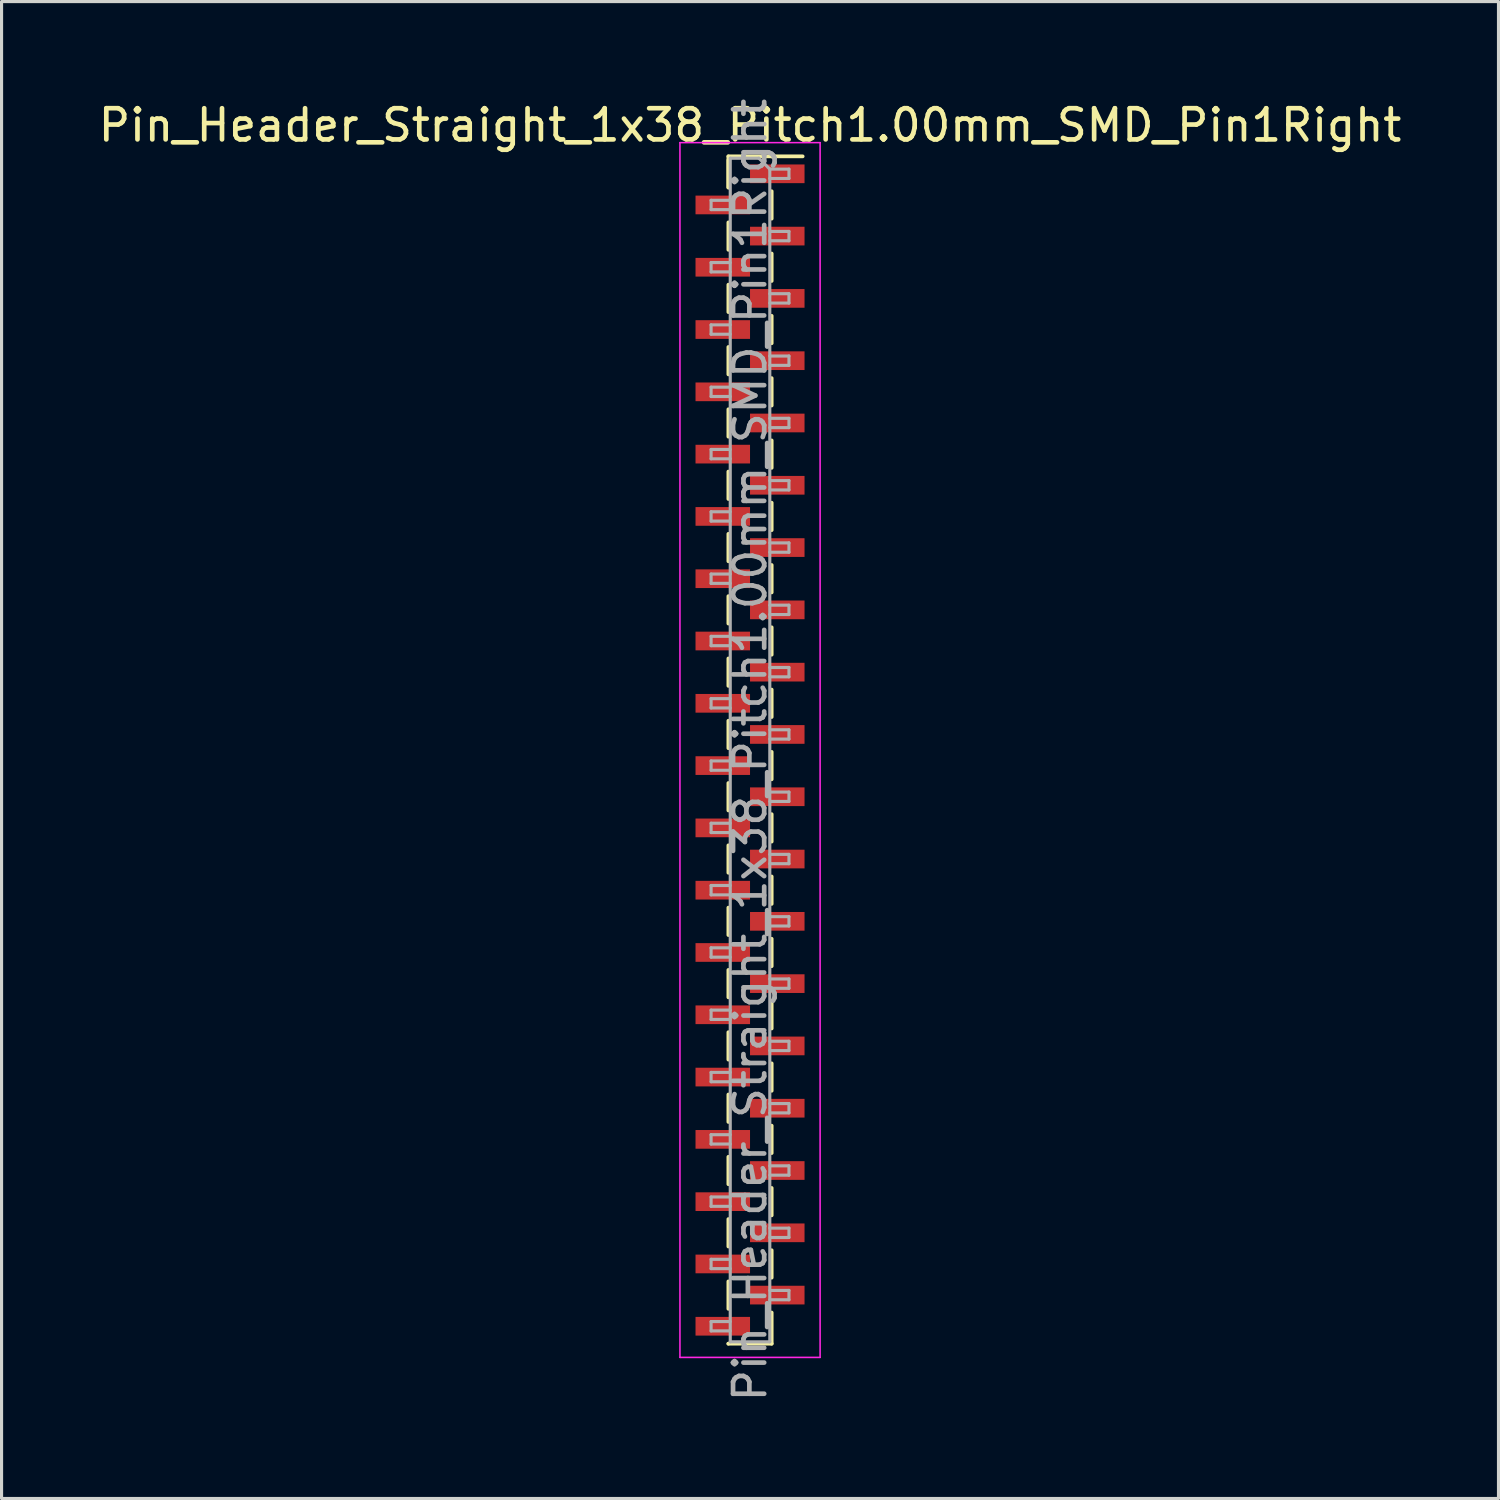
<source format=kicad_pcb>
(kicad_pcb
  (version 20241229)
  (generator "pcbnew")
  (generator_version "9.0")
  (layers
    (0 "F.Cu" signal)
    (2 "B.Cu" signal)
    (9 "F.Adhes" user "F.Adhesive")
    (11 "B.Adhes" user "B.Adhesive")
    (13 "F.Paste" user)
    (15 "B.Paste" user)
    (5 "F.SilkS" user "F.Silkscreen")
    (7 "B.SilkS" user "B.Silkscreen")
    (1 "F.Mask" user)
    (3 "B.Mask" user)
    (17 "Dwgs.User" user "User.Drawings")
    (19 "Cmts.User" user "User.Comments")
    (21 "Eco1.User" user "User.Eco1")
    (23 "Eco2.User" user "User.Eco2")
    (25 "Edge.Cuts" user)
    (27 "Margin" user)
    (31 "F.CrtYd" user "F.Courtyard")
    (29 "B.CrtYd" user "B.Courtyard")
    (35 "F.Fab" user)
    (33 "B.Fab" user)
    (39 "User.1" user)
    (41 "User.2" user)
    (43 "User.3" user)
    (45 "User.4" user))
  (footprint "Pin_Header_Straight_1x38_Pitch1.00mm_SMD_Pin1Right"
    (layer "F.Cu")
    (at 21.03 21.03)
    (property "Reference" "Pin_Header_Straight_1x38_Pitch1.00mm_SMD_Pin1Right" (at 0 -20.06 0) (layer "F.SilkS") (effects (font (size 1 1) (thickness 0.15))))
    (attr smd)
    (fp_line (start -0.695 -19.06) (end -0.695 -18.06) (stroke (width 0.12) (type solid)) (layer "F.SilkS"))
    (fp_line (start -0.695 -19.06) (end 0.695 -19.06) (stroke (width 0.12) (type solid)) (layer "F.SilkS"))
    (fp_line (start -0.695 -18.94) (end -0.695 -18.06) (stroke (width 0.12) (type solid)) (layer "F.SilkS"))
    (fp_line (start -0.695 -16.94) (end -0.695 -16.06) (stroke (width 0.12) (type solid)) (layer "F.SilkS"))
    (fp_line (start -0.695 -14.94) (end -0.695 -14.06) (stroke (width 0.12) (type solid)) (layer "F.SilkS"))
    (fp_line (start -0.695 -12.94) (end -0.695 -12.06) (stroke (width 0.12) (type solid)) (layer "F.SilkS"))
    (fp_line (start -0.695 -10.94) (end -0.695 -10.06) (stroke (width 0.12) (type solid)) (layer "F.SilkS"))
    (fp_line (start -0.695 -8.94) (end -0.695 -8.06) (stroke (width 0.12) (type solid)) (layer "F.SilkS"))
    (fp_line (start -0.695 -6.94) (end -0.695 -6.06) (stroke (width 0.12) (type solid)) (layer "F.SilkS"))
    (fp_line (start -0.695 -4.94) (end -0.695 -4.06) (stroke (width 0.12) (type solid)) (layer "F.SilkS"))
    (fp_line (start -0.695 -2.94) (end -0.695 -2.06) (stroke (width 0.12) (type solid)) (layer "F.SilkS"))
    (fp_line (start -0.695 -0.94) (end -0.695 -0.06) (stroke (width 0.12) (type solid)) (layer "F.SilkS"))
    (fp_line (start -0.695 1.06) (end -0.695 1.94) (stroke (width 0.12) (type solid)) (layer "F.SilkS"))
    (fp_line (start -0.695 3.06) (end -0.695 3.94) (stroke (width 0.12) (type solid)) (layer "F.SilkS"))
    (fp_line (start -0.695 5.06) (end -0.695 5.94) (stroke (width 0.12) (type solid)) (layer "F.SilkS"))
    (fp_line (start -0.695 7.06) (end -0.695 7.94) (stroke (width 0.12) (type solid)) (layer "F.SilkS"))
    (fp_line (start -0.695 9.06) (end -0.695 9.94) (stroke (width 0.12) (type solid)) (layer "F.SilkS"))
    (fp_line (start -0.695 11.06) (end -0.695 11.94) (stroke (width 0.12) (type solid)) (layer "F.SilkS"))
    (fp_line (start -0.695 13.06) (end -0.695 13.94) (stroke (width 0.12) (type solid)) (layer "F.SilkS"))
    (fp_line (start -0.695 15.06) (end -0.695 15.94) (stroke (width 0.12) (type solid)) (layer "F.SilkS"))
    (fp_line (start -0.695 17.06) (end -0.695 17.94) (stroke (width 0.12) (type solid)) (layer "F.SilkS"))
    (fp_line (start -0.695 19.06) (end -0.695 19.06) (stroke (width 0.12) (type solid)) (layer "F.SilkS"))
    (fp_line (start -0.695 19.06) (end 0.695 19.06) (stroke (width 0.12) (type solid)) (layer "F.SilkS"))
    (fp_line (start 0.695 -19.06) (end 0.695 -19.06) (stroke (width 0.12) (type solid)) (layer "F.SilkS"))
    (fp_line (start 0.695 -19.06) (end 1.69 -19.06) (stroke (width 0.12) (type solid)) (layer "F.SilkS"))
    (fp_line (start 0.695 -17.94) (end 0.695 -17.06) (stroke (width 0.12) (type solid)) (layer "F.SilkS"))
    (fp_line (start 0.695 -15.94) (end 0.695 -15.06) (stroke (width 0.12) (type solid)) (layer "F.SilkS"))
    (fp_line (start 0.695 -13.94) (end 0.695 -13.06) (stroke (width 0.12) (type solid)) (layer "F.SilkS"))
    (fp_line (start 0.695 -11.94) (end 0.695 -11.06) (stroke (width 0.12) (type solid)) (layer "F.SilkS"))
    (fp_line (start 0.695 -9.94) (end 0.695 -9.06) (stroke (width 0.12) (type solid)) (layer "F.SilkS"))
    (fp_line (start 0.695 -7.94) (end 0.695 -7.06) (stroke (width 0.12) (type solid)) (layer "F.SilkS"))
    (fp_line (start 0.695 -5.94) (end 0.695 -5.06) (stroke (width 0.12) (type solid)) (layer "F.SilkS"))
    (fp_line (start 0.695 -3.94) (end 0.695 -3.06) (stroke (width 0.12) (type solid)) (layer "F.SilkS"))
    (fp_line (start 0.695 -1.94) (end 0.695 -1.06) (stroke (width 0.12) (type solid)) (layer "F.SilkS"))
    (fp_line (start 0.695 0.06) (end 0.695 0.94) (stroke (width 0.12) (type solid)) (layer "F.SilkS"))
    (fp_line (start 0.695 2.06) (end 0.695 2.94) (stroke (width 0.12) (type solid)) (layer "F.SilkS"))
    (fp_line (start 0.695 4.06) (end 0.695 4.94) (stroke (width 0.12) (type solid)) (layer "F.SilkS"))
    (fp_line (start 0.695 6.06) (end 0.695 6.94) (stroke (width 0.12) (type solid)) (layer "F.SilkS"))
    (fp_line (start 0.695 8.06) (end 0.695 8.94) (stroke (width 0.12) (type solid)) (layer "F.SilkS"))
    (fp_line (start 0.695 10.06) (end 0.695 10.94) (stroke (width 0.12) (type solid)) (layer "F.SilkS"))
    (fp_line (start 0.695 12.06) (end 0.695 12.94) (stroke (width 0.12) (type solid)) (layer "F.SilkS"))
    (fp_line (start 0.695 14.06) (end 0.695 14.94) (stroke (width 0.12) (type solid)) (layer "F.SilkS"))
    (fp_line (start 0.695 16.06) (end 0.695 16.94) (stroke (width 0.12) (type solid)) (layer "F.SilkS"))
    (fp_line (start 0.695 18.06) (end 0.695 19.06) (stroke (width 0.12) (type solid)) (layer "F.SilkS"))
    (fp_line (start -2.25 -19.5) (end -2.25 19.5) (stroke (width 0.05) (type solid)) (layer "F.CrtYd"))
    (fp_line (start -2.25 19.5) (end 2.25 19.5) (stroke (width 0.05) (type solid)) (layer "F.CrtYd"))
    (fp_line (start 2.25 -19.5) (end -2.25 -19.5) (stroke (width 0.05) (type solid)) (layer "F.CrtYd"))
    (fp_line (start 2.25 19.5) (end 2.25 -19.5) (stroke (width 0.05) (type solid)) (layer "F.CrtYd"))
    (fp_line (start -1.25 -17.65) (end -1.25 -17.35) (stroke (width 0.1) (type solid)) (layer "F.Fab"))
    (fp_line (start -1.25 -17.35) (end -0.635 -17.35) (stroke (width 0.1) (type solid)) (layer "F.Fab"))
    (fp_line (start -1.25 -15.65) (end -1.25 -15.35) (stroke (width 0.1) (type solid)) (layer "F.Fab"))
    (fp_line (start -1.25 -15.35) (end -0.635 -15.35) (stroke (width 0.1) (type solid)) (layer "F.Fab"))
    (fp_line (start -1.25 -13.65) (end -1.25 -13.35) (stroke (width 0.1) (type solid)) (layer "F.Fab"))
    (fp_line (start -1.25 -13.35) (end -0.635 -13.35) (stroke (width 0.1) (type solid)) (layer "F.Fab"))
    (fp_line (start -1.25 -11.65) (end -1.25 -11.35) (stroke (width 0.1) (type solid)) (layer "F.Fab"))
    (fp_line (start -1.25 -11.35) (end -0.635 -11.35) (stroke (width 0.1) (type solid)) (layer "F.Fab"))
    (fp_line (start -1.25 -9.65) (end -1.25 -9.35) (stroke (width 0.1) (type solid)) (layer "F.Fab"))
    (fp_line (start -1.25 -9.35) (end -0.635 -9.35) (stroke (width 0.1) (type solid)) (layer "F.Fab"))
    (fp_line (start -1.25 -7.65) (end -1.25 -7.35) (stroke (width 0.1) (type solid)) (layer "F.Fab"))
    (fp_line (start -1.25 -7.35) (end -0.635 -7.35) (stroke (width 0.1) (type solid)) (layer "F.Fab"))
    (fp_line (start -1.25 -5.65) (end -1.25 -5.35) (stroke (width 0.1) (type solid)) (layer "F.Fab"))
    (fp_line (start -1.25 -5.35) (end -0.635 -5.35) (stroke (width 0.1) (type solid)) (layer "F.Fab"))
    (fp_line (start -1.25 -3.65) (end -1.25 -3.35) (stroke (width 0.1) (type solid)) (layer "F.Fab"))
    (fp_line (start -1.25 -3.35) (end -0.635 -3.35) (stroke (width 0.1) (type solid)) (layer "F.Fab"))
    (fp_line (start -1.25 -1.65) (end -1.25 -1.35) (stroke (width 0.1) (type solid)) (layer "F.Fab"))
    (fp_line (start -1.25 -1.35) (end -0.635 -1.35) (stroke (width 0.1) (type solid)) (layer "F.Fab"))
    (fp_line (start -1.25 0.35) (end -1.25 0.65) (stroke (width 0.1) (type solid)) (layer "F.Fab"))
    (fp_line (start -1.25 0.65) (end -0.635 0.65) (stroke (width 0.1) (type solid)) (layer "F.Fab"))
    (fp_line (start -1.25 2.35) (end -1.25 2.65) (stroke (width 0.1) (type solid)) (layer "F.Fab"))
    (fp_line (start -1.25 2.65) (end -0.635 2.65) (stroke (width 0.1) (type solid)) (layer "F.Fab"))
    (fp_line (start -1.25 4.35) (end -1.25 4.65) (stroke (width 0.1) (type solid)) (layer "F.Fab"))
    (fp_line (start -1.25 4.65) (end -0.635 4.65) (stroke (width 0.1) (type solid)) (layer "F.Fab"))
    (fp_line (start -1.25 6.35) (end -1.25 6.65) (stroke (width 0.1) (type solid)) (layer "F.Fab"))
    (fp_line (start -1.25 6.65) (end -0.635 6.65) (stroke (width 0.1) (type solid)) (layer "F.Fab"))
    (fp_line (start -1.25 8.35) (end -1.25 8.65) (stroke (width 0.1) (type solid)) (layer "F.Fab"))
    (fp_line (start -1.25 8.65) (end -0.635 8.65) (stroke (width 0.1) (type solid)) (layer "F.Fab"))
    (fp_line (start -1.25 10.35) (end -1.25 10.65) (stroke (width 0.1) (type solid)) (layer "F.Fab"))
    (fp_line (start -1.25 10.65) (end -0.635 10.65) (stroke (width 0.1) (type solid)) (layer "F.Fab"))
    (fp_line (start -1.25 12.35) (end -1.25 12.65) (stroke (width 0.1) (type solid)) (layer "F.Fab"))
    (fp_line (start -1.25 12.65) (end -0.635 12.65) (stroke (width 0.1) (type solid)) (layer "F.Fab"))
    (fp_line (start -1.25 14.35) (end -1.25 14.65) (stroke (width 0.1) (type solid)) (layer "F.Fab"))
    (fp_line (start -1.25 14.65) (end -0.635 14.65) (stroke (width 0.1) (type solid)) (layer "F.Fab"))
    (fp_line (start -1.25 16.35) (end -1.25 16.65) (stroke (width 0.1) (type solid)) (layer "F.Fab"))
    (fp_line (start -1.25 16.65) (end -0.635 16.65) (stroke (width 0.1) (type solid)) (layer "F.Fab"))
    (fp_line (start -1.25 18.35) (end -1.25 18.65) (stroke (width 0.1) (type solid)) (layer "F.Fab"))
    (fp_line (start -1.25 18.65) (end -0.635 18.65) (stroke (width 0.1) (type solid)) (layer "F.Fab"))
    (fp_line (start -0.635 -19) (end -0.635 19) (stroke (width 0.1) (type solid)) (layer "F.Fab"))
    (fp_line (start -0.635 -19) (end 0.285 -19) (stroke (width 0.1) (type solid)) (layer "F.Fab"))
    (fp_line (start -0.635 -17.65) (end -1.25 -17.65) (stroke (width 0.1) (type solid)) (layer "F.Fab"))
    (fp_line (start -0.635 -15.65) (end -1.25 -15.65) (stroke (width 0.1) (type solid)) (layer "F.Fab"))
    (fp_line (start -0.635 -13.65) (end -1.25 -13.65) (stroke (width 0.1) (type solid)) (layer "F.Fab"))
    (fp_line (start -0.635 -11.65) (end -1.25 -11.65) (stroke (width 0.1) (type solid)) (layer "F.Fab"))
    (fp_line (start -0.635 -9.65) (end -1.25 -9.65) (stroke (width 0.1) (type solid)) (layer "F.Fab"))
    (fp_line (start -0.635 -7.65) (end -1.25 -7.65) (stroke (width 0.1) (type solid)) (layer "F.Fab"))
    (fp_line (start -0.635 -5.65) (end -1.25 -5.65) (stroke (width 0.1) (type solid)) (layer "F.Fab"))
    (fp_line (start -0.635 -3.65) (end -1.25 -3.65) (stroke (width 0.1) (type solid)) (layer "F.Fab"))
    (fp_line (start -0.635 -1.65) (end -1.25 -1.65) (stroke (width 0.1) (type solid)) (layer "F.Fab"))
    (fp_line (start -0.635 0.35) (end -1.25 0.35) (stroke (width 0.1) (type solid)) (layer "F.Fab"))
    (fp_line (start -0.635 2.35) (end -1.25 2.35) (stroke (width 0.1) (type solid)) (layer "F.Fab"))
    (fp_line (start -0.635 4.35) (end -1.25 4.35) (stroke (width 0.1) (type solid)) (layer "F.Fab"))
    (fp_line (start -0.635 6.35) (end -1.25 6.35) (stroke (width 0.1) (type solid)) (layer "F.Fab"))
    (fp_line (start -0.635 8.35) (end -1.25 8.35) (stroke (width 0.1) (type solid)) (layer "F.Fab"))
    (fp_line (start -0.635 10.35) (end -1.25 10.35) (stroke (width 0.1) (type solid)) (layer "F.Fab"))
    (fp_line (start -0.635 12.35) (end -1.25 12.35) (stroke (width 0.1) (type solid)) (layer "F.Fab"))
    (fp_line (start -0.635 14.35) (end -1.25 14.35) (stroke (width 0.1) (type solid)) (layer "F.Fab"))
    (fp_line (start -0.635 16.35) (end -1.25 16.35) (stroke (width 0.1) (type solid)) (layer "F.Fab"))
    (fp_line (start -0.635 18.35) (end -1.25 18.35) (stroke (width 0.1) (type solid)) (layer "F.Fab"))
    (fp_line (start 0.635 -18.65) (end 0.285 -19) (stroke (width 0.1) (type solid)) (layer "F.Fab"))
    (fp_line (start 0.635 -18.65) (end 1.25 -18.65) (stroke (width 0.1) (type solid)) (layer "F.Fab"))
    (fp_line (start 0.635 -16.65) (end 1.25 -16.65) (stroke (width 0.1) (type solid)) (layer "F.Fab"))
    (fp_line (start 0.635 -14.65) (end 1.25 -14.65) (stroke (width 0.1) (type solid)) (layer "F.Fab"))
    (fp_line (start 0.635 -12.65) (end 1.25 -12.65) (stroke (width 0.1) (type solid)) (layer "F.Fab"))
    (fp_line (start 0.635 -10.65) (end 1.25 -10.65) (stroke (width 0.1) (type solid)) (layer "F.Fab"))
    (fp_line (start 0.635 -8.65) (end 1.25 -8.65) (stroke (width 0.1) (type solid)) (layer "F.Fab"))
    (fp_line (start 0.635 -6.65) (end 1.25 -6.65) (stroke (width 0.1) (type solid)) (layer "F.Fab"))
    (fp_line (start 0.635 -4.65) (end 1.25 -4.65) (stroke (width 0.1) (type solid)) (layer "F.Fab"))
    (fp_line (start 0.635 -2.65) (end 1.25 -2.65) (stroke (width 0.1) (type solid)) (layer "F.Fab"))
    (fp_line (start 0.635 -0.65) (end 1.25 -0.65) (stroke (width 0.1) (type solid)) (layer "F.Fab"))
    (fp_line (start 0.635 1.35) (end 1.25 1.35) (stroke (width 0.1) (type solid)) (layer "F.Fab"))
    (fp_line (start 0.635 3.35) (end 1.25 3.35) (stroke (width 0.1) (type solid)) (layer "F.Fab"))
    (fp_line (start 0.635 5.35) (end 1.25 5.35) (stroke (width 0.1) (type solid)) (layer "F.Fab"))
    (fp_line (start 0.635 7.35) (end 1.25 7.35) (stroke (width 0.1) (type solid)) (layer "F.Fab"))
    (fp_line (start 0.635 9.35) (end 1.25 9.35) (stroke (width 0.1) (type solid)) (layer "F.Fab"))
    (fp_line (start 0.635 11.35) (end 1.25 11.35) (stroke (width 0.1) (type solid)) (layer "F.Fab"))
    (fp_line (start 0.635 13.35) (end 1.25 13.35) (stroke (width 0.1) (type solid)) (layer "F.Fab"))
    (fp_line (start 0.635 15.35) (end 1.25 15.35) (stroke (width 0.1) (type solid)) (layer "F.Fab"))
    (fp_line (start 0.635 17.35) (end 1.25 17.35) (stroke (width 0.1) (type solid)) (layer "F.Fab"))
    (fp_line (start 0.635 19) (end -0.635 19) (stroke (width 0.1) (type solid)) (layer "F.Fab"))
    (fp_line (start 0.635 19) (end 0.635 -18.65) (stroke (width 0.1) (type solid)) (layer "F.Fab"))
    (fp_line (start 1.25 -18.65) (end 1.25 -18.35) (stroke (width 0.1) (type solid)) (layer "F.Fab"))
    (fp_line (start 1.25 -18.35) (end 0.635 -18.35) (stroke (width 0.1) (type solid)) (layer "F.Fab"))
    (fp_line (start 1.25 -16.65) (end 1.25 -16.35) (stroke (width 0.1) (type solid)) (layer "F.Fab"))
    (fp_line (start 1.25 -16.35) (end 0.635 -16.35) (stroke (width 0.1) (type solid)) (layer "F.Fab"))
    (fp_line (start 1.25 -14.65) (end 1.25 -14.35) (stroke (width 0.1) (type solid)) (layer "F.Fab"))
    (fp_line (start 1.25 -14.35) (end 0.635 -14.35) (stroke (width 0.1) (type solid)) (layer "F.Fab"))
    (fp_line (start 1.25 -12.65) (end 1.25 -12.35) (stroke (width 0.1) (type solid)) (layer "F.Fab"))
    (fp_line (start 1.25 -12.35) (end 0.635 -12.35) (stroke (width 0.1) (type solid)) (layer "F.Fab"))
    (fp_line (start 1.25 -10.65) (end 1.25 -10.35) (stroke (width 0.1) (type solid)) (layer "F.Fab"))
    (fp_line (start 1.25 -10.35) (end 0.635 -10.35) (stroke (width 0.1) (type solid)) (layer "F.Fab"))
    (fp_line (start 1.25 -8.65) (end 1.25 -8.35) (stroke (width 0.1) (type solid)) (layer "F.Fab"))
    (fp_line (start 1.25 -8.35) (end 0.635 -8.35) (stroke (width 0.1) (type solid)) (layer "F.Fab"))
    (fp_line (start 1.25 -6.65) (end 1.25 -6.35) (stroke (width 0.1) (type solid)) (layer "F.Fab"))
    (fp_line (start 1.25 -6.35) (end 0.635 -6.35) (stroke (width 0.1) (type solid)) (layer "F.Fab"))
    (fp_line (start 1.25 -4.65) (end 1.25 -4.35) (stroke (width 0.1) (type solid)) (layer "F.Fab"))
    (fp_line (start 1.25 -4.35) (end 0.635 -4.35) (stroke (width 0.1) (type solid)) (layer "F.Fab"))
    (fp_line (start 1.25 -2.65) (end 1.25 -2.35) (stroke (width 0.1) (type solid)) (layer "F.Fab"))
    (fp_line (start 1.25 -2.35) (end 0.635 -2.35) (stroke (width 0.1) (type solid)) (layer "F.Fab"))
    (fp_line (start 1.25 -0.65) (end 1.25 -0.35) (stroke (width 0.1) (type solid)) (layer "F.Fab"))
    (fp_line (start 1.25 -0.35) (end 0.635 -0.35) (stroke (width 0.1) (type solid)) (layer "F.Fab"))
    (fp_line (start 1.25 1.35) (end 1.25 1.65) (stroke (width 0.1) (type solid)) (layer "F.Fab"))
    (fp_line (start 1.25 1.65) (end 0.635 1.65) (stroke (width 0.1) (type solid)) (layer "F.Fab"))
    (fp_line (start 1.25 3.35) (end 1.25 3.65) (stroke (width 0.1) (type solid)) (layer "F.Fab"))
    (fp_line (start 1.25 3.65) (end 0.635 3.65) (stroke (width 0.1) (type solid)) (layer "F.Fab"))
    (fp_line (start 1.25 5.35) (end 1.25 5.65) (stroke (width 0.1) (type solid)) (layer "F.Fab"))
    (fp_line (start 1.25 5.65) (end 0.635 5.65) (stroke (width 0.1) (type solid)) (layer "F.Fab"))
    (fp_line (start 1.25 7.35) (end 1.25 7.65) (stroke (width 0.1) (type solid)) (layer "F.Fab"))
    (fp_line (start 1.25 7.65) (end 0.635 7.65) (stroke (width 0.1) (type solid)) (layer "F.Fab"))
    (fp_line (start 1.25 9.35) (end 1.25 9.65) (stroke (width 0.1) (type solid)) (layer "F.Fab"))
    (fp_line (start 1.25 9.65) (end 0.635 9.65) (stroke (width 0.1) (type solid)) (layer "F.Fab"))
    (fp_line (start 1.25 11.35) (end 1.25 11.65) (stroke (width 0.1) (type solid)) (layer "F.Fab"))
    (fp_line (start 1.25 11.65) (end 0.635 11.65) (stroke (width 0.1) (type solid)) (layer "F.Fab"))
    (fp_line (start 1.25 13.35) (end 1.25 13.65) (stroke (width 0.1) (type solid)) (layer "F.Fab"))
    (fp_line (start 1.25 13.65) (end 0.635 13.65) (stroke (width 0.1) (type solid)) (layer "F.Fab"))
    (fp_line (start 1.25 15.35) (end 1.25 15.65) (stroke (width 0.1) (type solid)) (layer "F.Fab"))
    (fp_line (start 1.25 15.65) (end 0.635 15.65) (stroke (width 0.1) (type solid)) (layer "F.Fab"))
    (fp_line (start 1.25 17.35) (end 1.25 17.65) (stroke (width 0.1) (type solid)) (layer "F.Fab"))
    (fp_line (start 1.25 17.65) (end 0.635 17.65) (stroke (width 0.1) (type solid)) (layer "F.Fab"))
    (fp_text user "${REFERENCE}" (at 0 0 90) (layer "F.Fab") (effects (font (size 1 1) (thickness 0.15))))
    (pad "1" smd rect (at 0.875 -18.5) (size 1.75 0.6) (layers "F.Cu" "F.Mask" "F.Paste"))
    (pad "2" smd rect (at -0.875 -17.5) (size 1.75 0.6) (layers "F.Cu" "F.Mask" "F.Paste"))
    (pad "3" smd rect (at 0.875 -16.5) (size 1.75 0.6) (layers "F.Cu" "F.Mask" "F.Paste"))
    (pad "4" smd rect (at -0.875 -15.5) (size 1.75 0.6) (layers "F.Cu" "F.Mask" "F.Paste"))
    (pad "5" smd rect (at 0.875 -14.5) (size 1.75 0.6) (layers "F.Cu" "F.Mask" "F.Paste"))
    (pad "6" smd rect (at -0.875 -13.5) (size 1.75 0.6) (layers "F.Cu" "F.Mask" "F.Paste"))
    (pad "7" smd rect (at 0.875 -12.5) (size 1.75 0.6) (layers "F.Cu" "F.Mask" "F.Paste"))
    (pad "8" smd rect (at -0.875 -11.5) (size 1.75 0.6) (layers "F.Cu" "F.Mask" "F.Paste"))
    (pad "9" smd rect (at 0.875 -10.5) (size 1.75 0.6) (layers "F.Cu" "F.Mask" "F.Paste"))
    (pad "10" smd rect (at -0.875 -9.5) (size 1.75 0.6) (layers "F.Cu" "F.Mask" "F.Paste"))
    (pad "11" smd rect (at 0.875 -8.5) (size 1.75 0.6) (layers "F.Cu" "F.Mask" "F.Paste"))
    (pad "12" smd rect (at -0.875 -7.5) (size 1.75 0.6) (layers "F.Cu" "F.Mask" "F.Paste"))
    (pad "13" smd rect (at 0.875 -6.5) (size 1.75 0.6) (layers "F.Cu" "F.Mask" "F.Paste"))
    (pad "14" smd rect (at -0.875 -5.5) (size 1.75 0.6) (layers "F.Cu" "F.Mask" "F.Paste"))
    (pad "15" smd rect (at 0.875 -4.5) (size 1.75 0.6) (layers "F.Cu" "F.Mask" "F.Paste"))
    (pad "16" smd rect (at -0.875 -3.5) (size 1.75 0.6) (layers "F.Cu" "F.Mask" "F.Paste"))
    (pad "17" smd rect (at 0.875 -2.5) (size 1.75 0.6) (layers "F.Cu" "F.Mask" "F.Paste"))
    (pad "18" smd rect (at -0.875 -1.5) (size 1.75 0.6) (layers "F.Cu" "F.Mask" "F.Paste"))
    (pad "19" smd rect (at 0.875 -0.5) (size 1.75 0.6) (layers "F.Cu" "F.Mask" "F.Paste"))
    (pad "20" smd rect (at -0.875 0.5) (size 1.75 0.6) (layers "F.Cu" "F.Mask" "F.Paste"))
    (pad "21" smd rect (at 0.875 1.5) (size 1.75 0.6) (layers "F.Cu" "F.Mask" "F.Paste"))
    (pad "22" smd rect (at -0.875 2.5) (size 1.75 0.6) (layers "F.Cu" "F.Mask" "F.Paste"))
    (pad "23" smd rect (at 0.875 3.5) (size 1.75 0.6) (layers "F.Cu" "F.Mask" "F.Paste"))
    (pad "24" smd rect (at -0.875 4.5) (size 1.75 0.6) (layers "F.Cu" "F.Mask" "F.Paste"))
    (pad "25" smd rect (at 0.875 5.5) (size 1.75 0.6) (layers "F.Cu" "F.Mask" "F.Paste"))
    (pad "26" smd rect (at -0.875 6.5) (size 1.75 0.6) (layers "F.Cu" "F.Mask" "F.Paste"))
    (pad "27" smd rect (at 0.875 7.5) (size 1.75 0.6) (layers "F.Cu" "F.Mask" "F.Paste"))
    (pad "28" smd rect (at -0.875 8.5) (size 1.75 0.6) (layers "F.Cu" "F.Mask" "F.Paste"))
    (pad "29" smd rect (at 0.875 9.5) (size 1.75 0.6) (layers "F.Cu" "F.Mask" "F.Paste"))
    (pad "30" smd rect (at -0.875 10.5) (size 1.75 0.6) (layers "F.Cu" "F.Mask" "F.Paste"))
    (pad "31" smd rect (at 0.875 11.5) (size 1.75 0.6) (layers "F.Cu" "F.Mask" "F.Paste"))
    (pad "32" smd rect (at -0.875 12.5) (size 1.75 0.6) (layers "F.Cu" "F.Mask" "F.Paste"))
    (pad "33" smd rect (at 0.875 13.5) (size 1.75 0.6) (layers "F.Cu" "F.Mask" "F.Paste"))
    (pad "34" smd rect (at -0.875 14.5) (size 1.75 0.6) (layers "F.Cu" "F.Mask" "F.Paste"))
    (pad "35" smd rect (at 0.875 15.5) (size 1.75 0.6) (layers "F.Cu" "F.Mask" "F.Paste"))
    (pad "36" smd rect (at -0.875 16.5) (size 1.75 0.6) (layers "F.Cu" "F.Mask" "F.Paste"))
    (pad "37" smd rect (at 0.875 17.5) (size 1.75 0.6) (layers "F.Cu" "F.Mask" "F.Paste"))
    (pad "38" smd rect (at -0.875 18.5) (size 1.75 0.6) (layers "F.Cu" "F.Mask" "F.Paste")))
  (gr_rect
    (start -3 -3)
    (end 45.06 45.06)
    (stroke (width 0.1) (type default))
    (fill no)
    (layer "Edge.Cuts")))
</source>
